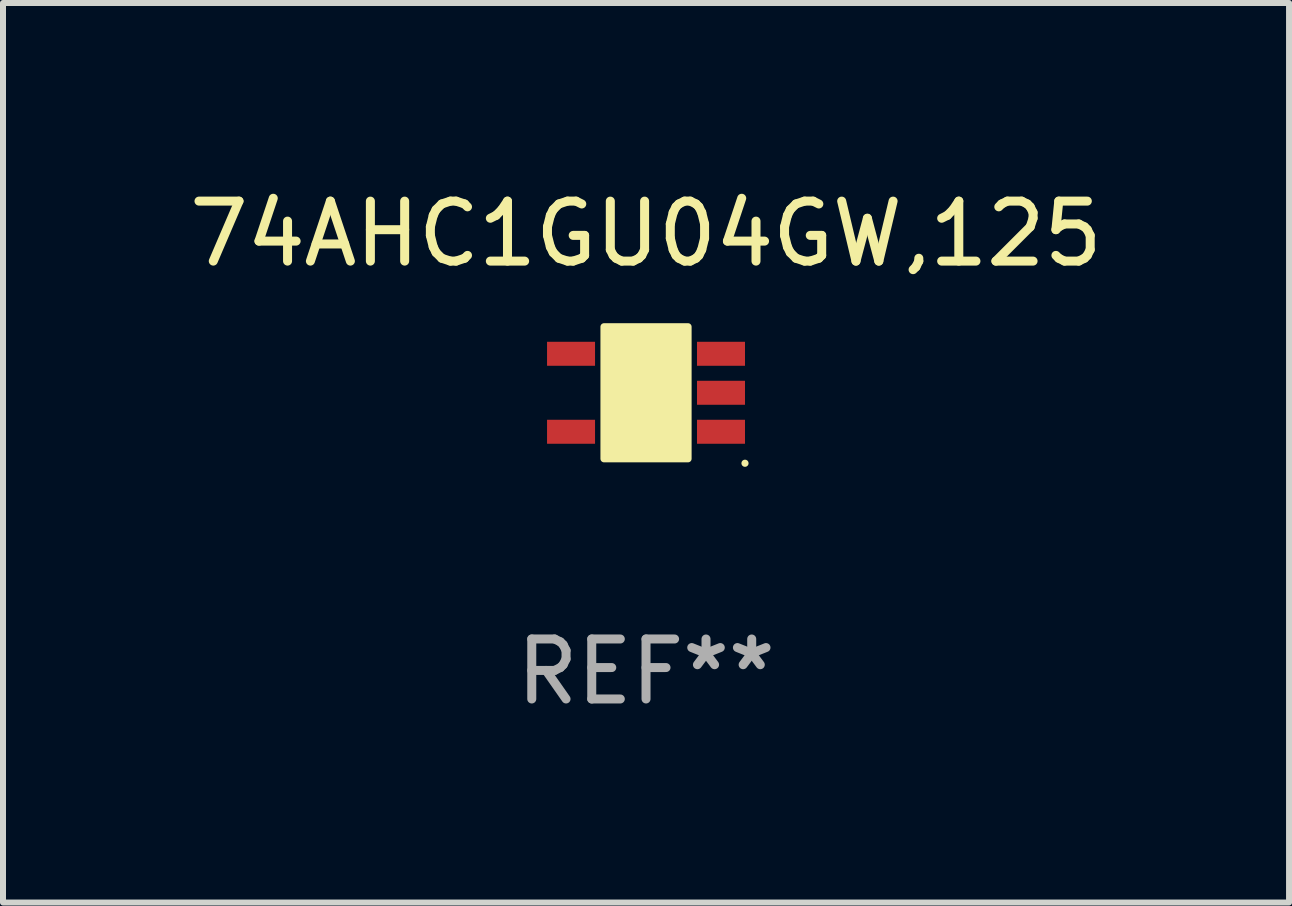
<source format=kicad_pcb>
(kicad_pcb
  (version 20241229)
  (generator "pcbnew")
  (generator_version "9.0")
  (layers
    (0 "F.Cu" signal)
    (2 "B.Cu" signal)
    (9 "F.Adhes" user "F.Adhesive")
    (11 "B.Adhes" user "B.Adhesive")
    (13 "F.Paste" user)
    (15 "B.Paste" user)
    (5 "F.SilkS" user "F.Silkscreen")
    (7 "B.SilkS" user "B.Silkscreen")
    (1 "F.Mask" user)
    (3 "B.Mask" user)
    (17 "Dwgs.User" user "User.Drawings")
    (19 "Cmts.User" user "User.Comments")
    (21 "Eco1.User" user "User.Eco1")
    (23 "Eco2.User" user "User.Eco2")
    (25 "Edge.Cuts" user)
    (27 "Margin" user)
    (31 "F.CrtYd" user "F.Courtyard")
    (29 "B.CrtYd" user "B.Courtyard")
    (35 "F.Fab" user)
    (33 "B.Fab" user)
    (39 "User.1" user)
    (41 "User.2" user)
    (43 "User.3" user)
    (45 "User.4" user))
  (footprint "74AHC1GU04GW,125"
    (layer "F.Cu")
    (at 7.72 3.498)
    (property "Reference" "74AHC1GU04GW,125" (at 0 -2.65 0) (layer "F.SilkS") (effects (font (size 1 1) (thickness 0.15))))
    (attr through_hole)
    (fp_arc (start 0.381001 0.637541) (mid 0.380995 0.636271) (end 0.381001 0.635001) (stroke (width 0.24892) (type solid)) (layer "F.SilkS"))
    (fp_circle (center 1.65 1.175) (end 1.68 1.175) (stroke (width 0.06) (type solid)) (fill no) (layer "F.SilkS"))
    (fp_poly (pts (xy -0.7 -1.1) (xy 0.7 -1.1) (xy 0.7 1.1) (xy -0.7 1.1)) (stroke (width 0.12) (type solid)) (fill yes) (layer "F.SilkS"))
    (fp_text user "REF**" (at 0 4.65 0) (layer "F.Fab") (effects (font (size 1 1) (thickness 0.15))))
    (pad "1" smd rect (at 1.25 0.65 270) (size 0.4 0.8) (layers "F.Cu" "F.Mask" "F.Paste"))
    (pad "2" smd rect (at 1.25 0 270) (size 0.4 0.8) (layers "F.Cu" "F.Mask" "F.Paste"))
    (pad "3" smd rect (at 1.25 -0.65 270) (size 0.4 0.8) (layers "F.Cu" "F.Mask" "F.Paste"))
    (pad "4" smd rect (at -1.25 -0.65 270) (size 0.4 0.8) (layers "F.Cu" "F.Mask" "F.Paste"))
    (pad "5" smd rect (at -1.25 0.65 270) (size 0.4 0.8) (layers "F.Cu" "F.Mask" "F.Paste")))
  (gr_rect
    (start -3 -3)
    (end 18.44 11.996)
    (stroke (width 0.1) (type default))
    (fill no)
    (layer "Edge.Cuts")))
</source>
